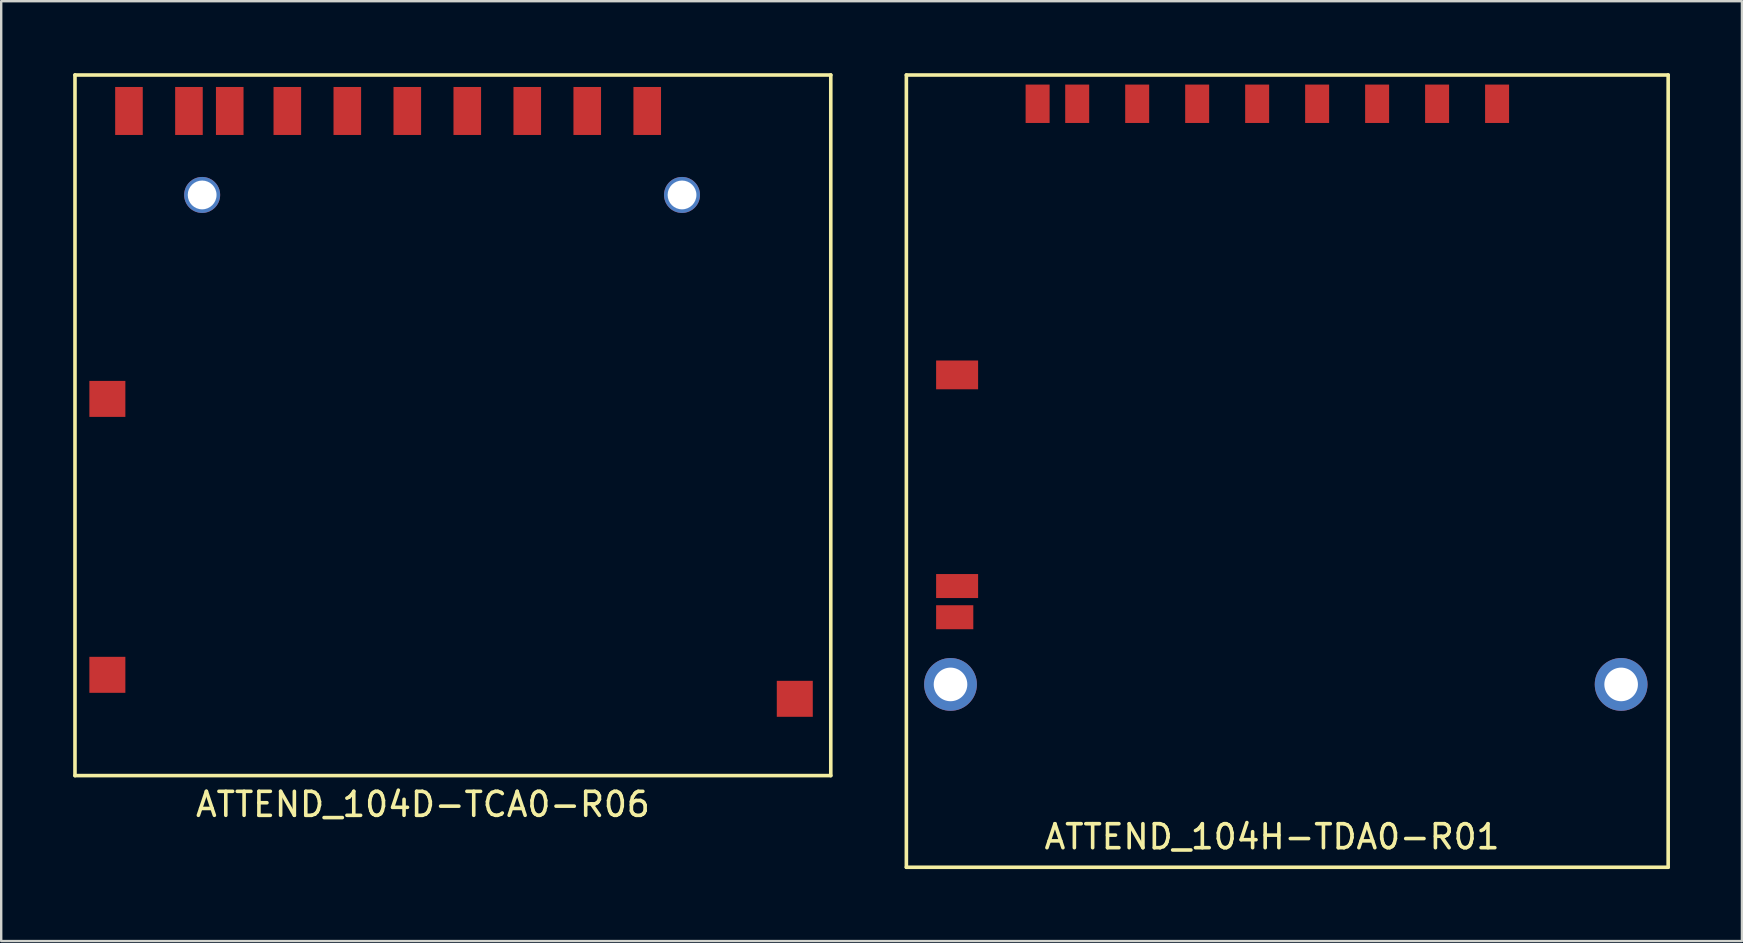
<source format=kicad_pcb>
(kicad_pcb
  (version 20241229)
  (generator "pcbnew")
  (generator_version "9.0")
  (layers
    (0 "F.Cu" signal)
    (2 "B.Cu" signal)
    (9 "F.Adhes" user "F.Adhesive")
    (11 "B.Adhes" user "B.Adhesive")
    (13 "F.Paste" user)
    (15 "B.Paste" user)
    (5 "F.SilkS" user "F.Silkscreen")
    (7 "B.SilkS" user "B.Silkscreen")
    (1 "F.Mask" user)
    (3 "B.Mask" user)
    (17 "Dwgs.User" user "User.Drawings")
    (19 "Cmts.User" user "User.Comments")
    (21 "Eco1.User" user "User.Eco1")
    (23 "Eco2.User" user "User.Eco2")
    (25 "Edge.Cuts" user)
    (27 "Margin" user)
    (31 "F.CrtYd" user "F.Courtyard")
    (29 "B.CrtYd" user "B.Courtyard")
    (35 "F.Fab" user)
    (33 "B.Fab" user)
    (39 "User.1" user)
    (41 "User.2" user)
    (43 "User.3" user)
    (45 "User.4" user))
  (footprint "ATTEND_104D-TCA0-R06"
    (layer "F.Cu")
    (at 14.575 5.075)
    (property "Reference" "ATTEND_104D-TCA0-R06" (at 0 25.4 0) (layer "F.SilkS") (effects (font (size 1 1) (thickness 0.15))))
    (attr through_hole)
    (fp_line (start -14.5 -5) (end -14.5 24.2) (stroke (width 0.15) (type solid)) (layer "F.SilkS"))
    (fp_line (start -14.5 -5) (end 17 -5) (stroke (width 0.15) (type solid)) (layer "F.SilkS"))
    (fp_line (start -14.5 24.2) (end 17 24.2) (stroke (width 0.15) (type solid)) (layer "F.SilkS"))
    (fp_line (start 17 24.2) (end 17 -5) (stroke (width 0.15) (type solid)) (layer "F.SilkS"))
    (pad "" thru_hole circle (at -9.2 0) (size 1.5 1.5) (drill 1.2) (layers "*.Cu" "*.Mask"))
    (pad "" thru_hole circle (at 10.8 0) (size 1.5 1.5) (drill 1.2) (layers "*.Cu" "*.Mask"))
    (pad "1" smd rect (at 6.85 -3.5) (size 1.15 2) (layers "F.Cu" "F.Mask" "F.Paste"))
    (pad "2" smd rect (at 4.35 -3.5) (size 1.15 2) (layers "F.Cu" "F.Mask" "F.Paste"))
    (pad "3" smd rect (at 1.85 -3.5) (size 1.15 2) (layers "F.Cu" "F.Mask" "F.Paste"))
    (pad "4" smd rect (at -0.65 -3.5) (size 1.15 2) (layers "F.Cu" "F.Mask" "F.Paste"))
    (pad "5" smd rect (at -3.15 -3.5) (size 1.15 2) (layers "F.Cu" "F.Mask" "F.Paste"))
    (pad "6" smd rect (at -5.65 -3.5) (size 1.15 2) (layers "F.Cu" "F.Mask" "F.Paste"))
    (pad "7" smd rect (at -8.05 -3.5) (size 1.15 2) (layers "F.Cu" "F.Mask" "F.Paste"))
    (pad "8" smd rect (at -9.75 -3.5) (size 1.15 2) (layers "F.Cu" "F.Mask" "F.Paste"))
    (pad "9" smd rect (at 9.35 -3.5) (size 1.15 2) (layers "F.Cu" "F.Mask" "F.Paste"))
    (pad "G" smd rect (at 15.5 21) (size 1.5 1.5) (layers "F.Cu" "F.Mask" "F.Paste"))
    (pad "Sa" smd rect (at -13.15 20) (size 1.5 1.5) (layers "F.Cu" "F.Mask" "F.Paste"))
    (pad "Sb" smd rect (at -12.25 -3.5) (size 1.15 2) (layers "F.Cu" "F.Mask" "F.Paste"))
    (pad "Sc" smd rect (at -13.15 8.5) (size 1.5 1.5) (layers "F.Cu" "F.Mask" "F.Paste")))
  (footprint "ATTEND_104H-TDA0-R01"
    (layer "F.Cu")
    (at 49.965 25.475)
    (property "Reference" "ATTEND_104H-TDA0-R01" (at 0 6.35 0) (layer "F.SilkS") (effects (font (size 1 1) (thickness 0.15))))
    (attr through_hole)
    (fp_line (start -15.24 -25.4) (end 16.51 -25.4) (stroke (width 0.15) (type solid)) (layer "F.SilkS"))
    (fp_line (start -15.24 7.62) (end -15.24 -25.4) (stroke (width 0.15) (type solid)) (layer "F.SilkS"))
    (fp_line (start -15.24 7.62) (end 16.51 7.62) (stroke (width 0.15) (type solid)) (layer "F.SilkS"))
    (fp_line (start 16.51 -25.4) (end 16.51 7.62) (stroke (width 0.15) (type solid)) (layer "F.SilkS"))
    (pad "1" smd rect (at 6.88 -24.2) (size 1 1.6) (layers "F.Cu" "F.Mask" "F.Paste"))
    (pad "2" smd rect (at 4.38 -24.2) (size 1 1.6) (layers "F.Cu" "F.Mask" "F.Paste"))
    (pad "3" smd rect (at 1.88 -24.2) (size 1 1.6) (layers "F.Cu" "F.Mask" "F.Paste"))
    (pad "4" smd rect (at -0.62 -24.2) (size 1 1.6) (layers "F.Cu" "F.Mask" "F.Paste"))
    (pad "5" smd rect (at -3.12 -24.2) (size 1 1.6) (layers "F.Cu" "F.Mask" "F.Paste"))
    (pad "6" smd rect (at -5.62 -24.2) (size 1 1.6) (layers "F.Cu" "F.Mask" "F.Paste"))
    (pad "7" smd rect (at -8.12 -24.2) (size 1 1.6) (layers "F.Cu" "F.Mask" "F.Paste"))
    (pad "8" smd rect (at -9.77 -24.2) (size 1 1.6) (layers "F.Cu" "F.Mask" "F.Paste"))
    (pad "9" smd rect (at 9.38 -24.2) (size 1 1.6) (layers "F.Cu" "F.Mask" "F.Paste"))
    (pad "Cd" smd rect (at -13.125 -12.9) (size 1.75 1.2) (layers "F.Cu" "F.Mask" "F.Paste"))
    (pad "G" thru_hole circle (at -13.4 0) (size 2.2 2.2) (drill 1.4) (layers "*.Cu" "*.Mask"))
    (pad "G" thru_hole circle (at 14.55 0) (size 2.2 2.2) (drill 1.4) (layers "*.Cu" "*.Mask"))
    (pad "Sc" smd rect (at -13.225 -2.8) (size 1.55 1) (layers "F.Cu" "F.Mask" "F.Paste"))
    (pad "Wp" smd rect (at -13.125 -4.1) (size 1.75 1) (layers "F.Cu" "F.Mask" "F.Paste")))
  (gr_rect
    (start -3 -3)
    (end 69.55 36.17)
    (stroke (width 0.1) (type default))
    (fill no)
    (layer "Edge.Cuts")))
</source>
